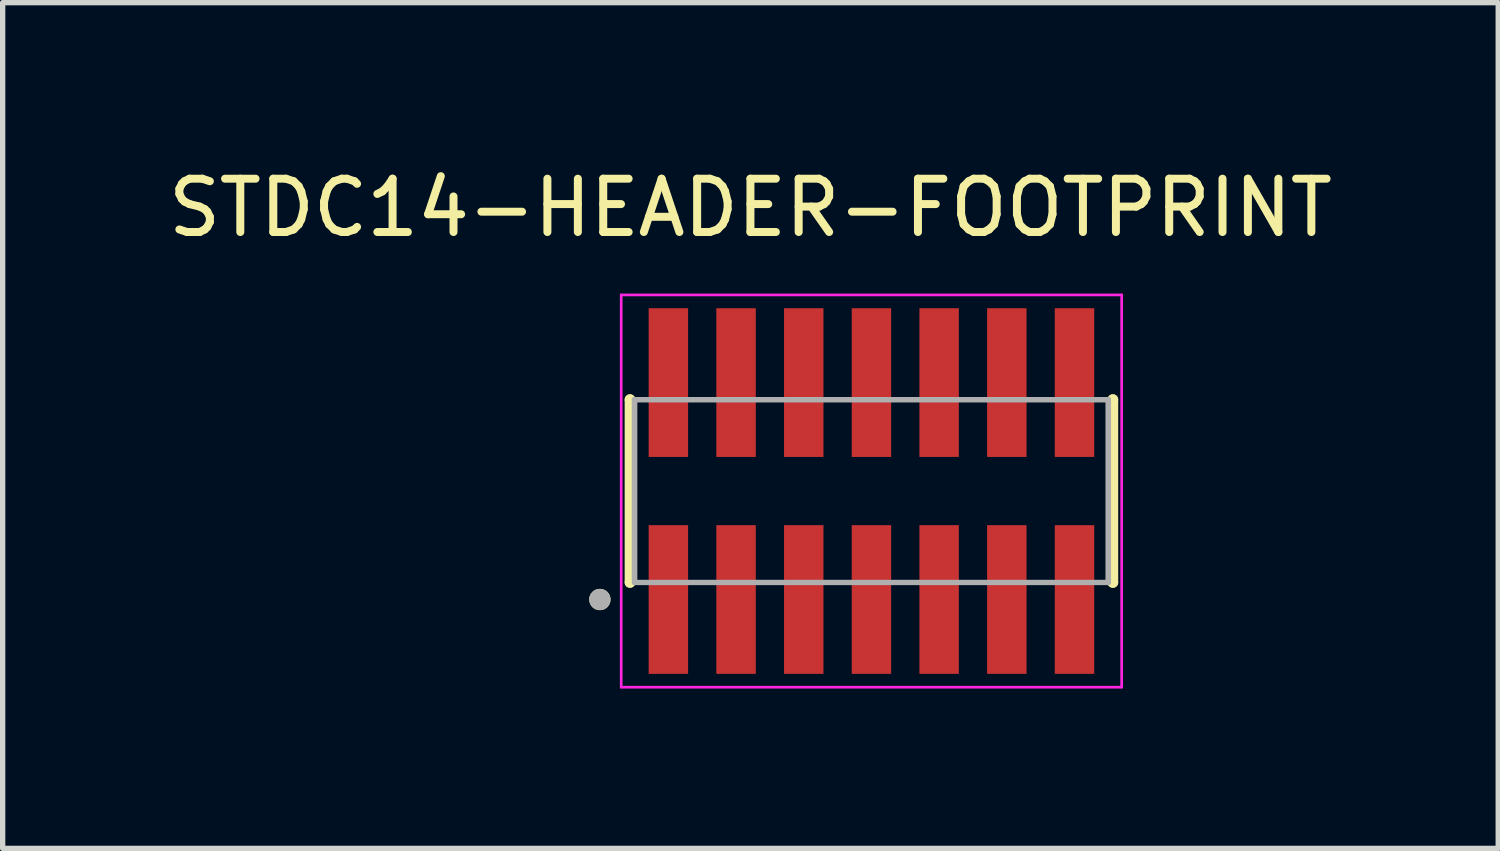
<source format=kicad_pcb>
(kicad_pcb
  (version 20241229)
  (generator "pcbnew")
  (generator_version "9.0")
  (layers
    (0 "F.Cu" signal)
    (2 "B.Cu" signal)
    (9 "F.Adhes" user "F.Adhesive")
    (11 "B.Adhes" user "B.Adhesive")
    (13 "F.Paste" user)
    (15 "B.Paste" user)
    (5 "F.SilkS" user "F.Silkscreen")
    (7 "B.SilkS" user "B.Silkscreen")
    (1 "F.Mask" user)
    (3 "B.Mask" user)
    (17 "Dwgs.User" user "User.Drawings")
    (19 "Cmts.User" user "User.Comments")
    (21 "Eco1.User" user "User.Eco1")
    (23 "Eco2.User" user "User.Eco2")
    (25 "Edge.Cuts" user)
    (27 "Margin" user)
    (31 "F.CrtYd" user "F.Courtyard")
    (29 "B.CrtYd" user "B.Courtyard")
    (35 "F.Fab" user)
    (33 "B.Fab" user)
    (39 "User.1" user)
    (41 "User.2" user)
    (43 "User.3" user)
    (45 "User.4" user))
  (footprint "STDC14-HEADER-FOOTPRINT"
    (layer "F.Cu")
    (at 13.3 6.163)
    (property "Reference" "STDC14-HEADER-FOOTPRINT" (at -2.27 -5.315 0) (layer "F.SilkS") (effects (font (size 1 1) (thickness 0.15))))
    (attr smd)
    (fp_line (start -4.53 -1.715) (end -4.53 -1.715) (stroke (width 0.2) (type solid)) (layer "F.SilkS"))
    (fp_line (start -4.53 1.715) (end -4.53 -1.715) (stroke (width 0.2) (type solid)) (layer "F.SilkS"))
    (fp_line (start -4.53 1.715) (end -4.53 1.715) (stroke (width 0.2) (type solid)) (layer "F.SilkS"))
    (fp_line (start 4.53 -1.715) (end 4.53 -1.715) (stroke (width 0.2) (type solid)) (layer "F.SilkS"))
    (fp_line (start 4.53 -1.715) (end 4.53 1.715) (stroke (width 0.2) (type solid)) (layer "F.SilkS"))
    (fp_line (start 4.53 1.715) (end 4.53 1.715) (stroke (width 0.2) (type solid)) (layer "F.SilkS"))
    (fp_circle (center -5.095 2.035) (end -4.995 2.035) (stroke (width 0.2) (type solid)) (fill no) (layer "F.SilkS"))
    (fp_line (start -4.695 -3.68) (end 4.695 -3.68) (stroke (width 0.05) (type solid)) (layer "F.CrtYd"))
    (fp_line (start -4.695 3.68) (end -4.695 -3.68) (stroke (width 0.05) (type solid)) (layer "F.CrtYd"))
    (fp_line (start 4.695 -3.68) (end 4.695 3.68) (stroke (width 0.05) (type solid)) (layer "F.CrtYd"))
    (fp_line (start 4.695 3.68) (end -4.695 3.68) (stroke (width 0.05) (type solid)) (layer "F.CrtYd"))
    (fp_line (start -4.445 -1.715) (end 4.445 -1.715) (stroke (width 0.1) (type solid)) (layer "F.Fab"))
    (fp_line (start -4.445 -1.715) (end 4.445 -1.715) (stroke (width 0.1) (type solid)) (layer "F.Fab"))
    (fp_line (start -4.445 1.715) (end -4.445 -1.715) (stroke (width 0.1) (type solid)) (layer "F.Fab"))
    (fp_line (start -4.445 1.715) (end -4.445 -1.715) (stroke (width 0.1) (type solid)) (layer "F.Fab"))
    (fp_line (start 4.445 -1.715) (end 4.445 1.715) (stroke (width 0.1) (type solid)) (layer "F.Fab"))
    (fp_line (start 4.445 -1.715) (end 4.445 1.715) (stroke (width 0.1) (type solid)) (layer "F.Fab"))
    (fp_line (start 4.445 1.715) (end -4.445 1.715) (stroke (width 0.1) (type solid)) (layer "F.Fab"))
    (fp_circle (center -5.095 2.035) (end -4.995 2.035) (stroke (width 0.2) (type solid)) (fill no) (layer "F.Fab"))
    (pad "01" smd rect (at -3.81 2.035) (size 0.74 2.79) (layers "F.Cu" "F.Mask" "F.Paste"))
    (pad "02" smd rect (at -3.81 -2.035) (size 0.74 2.79) (layers "F.Cu" "F.Mask" "F.Paste"))
    (pad "03" smd rect (at -2.54 2.035) (size 0.74 2.79) (layers "F.Cu" "F.Mask" "F.Paste"))
    (pad "04" smd rect (at -2.54 -2.035) (size 0.74 2.79) (layers "F.Cu" "F.Mask" "F.Paste"))
    (pad "05" smd rect (at -1.27 2.035) (size 0.74 2.79) (layers "F.Cu" "F.Mask" "F.Paste"))
    (pad "06" smd rect (at -1.27 -2.035) (size 0.74 2.79) (layers "F.Cu" "F.Mask" "F.Paste"))
    (pad "07" smd rect (at 0 2.035) (size 0.74 2.79) (layers "F.Cu" "F.Mask" "F.Paste"))
    (pad "08" smd rect (at 0 -2.035) (size 0.74 2.79) (layers "F.Cu" "F.Mask" "F.Paste"))
    (pad "09" smd rect (at 1.27 2.035) (size 0.74 2.79) (layers "F.Cu" "F.Mask" "F.Paste"))
    (pad "10" smd rect (at 1.27 -2.035) (size 0.74 2.79) (layers "F.Cu" "F.Mask" "F.Paste"))
    (pad "11" smd rect (at 2.54 2.035) (size 0.74 2.79) (layers "F.Cu" "F.Mask" "F.Paste"))
    (pad "12" smd rect (at 2.54 -2.035) (size 0.74 2.79) (layers "F.Cu" "F.Mask" "F.Paste"))
    (pad "13" smd rect (at 3.81 2.035) (size 0.74 2.79) (layers "F.Cu" "F.Mask" "F.Paste"))
    (pad "14" smd rect (at 3.81 -2.035) (size 0.74 2.79) (layers "F.Cu" "F.Mask" "F.Paste")))
  (gr_rect
    (start -3 -3)
    (end 25.06 12.868)
    (stroke (width 0.1) (type default))
    (fill no)
    (layer "Edge.Cuts")))
</source>
